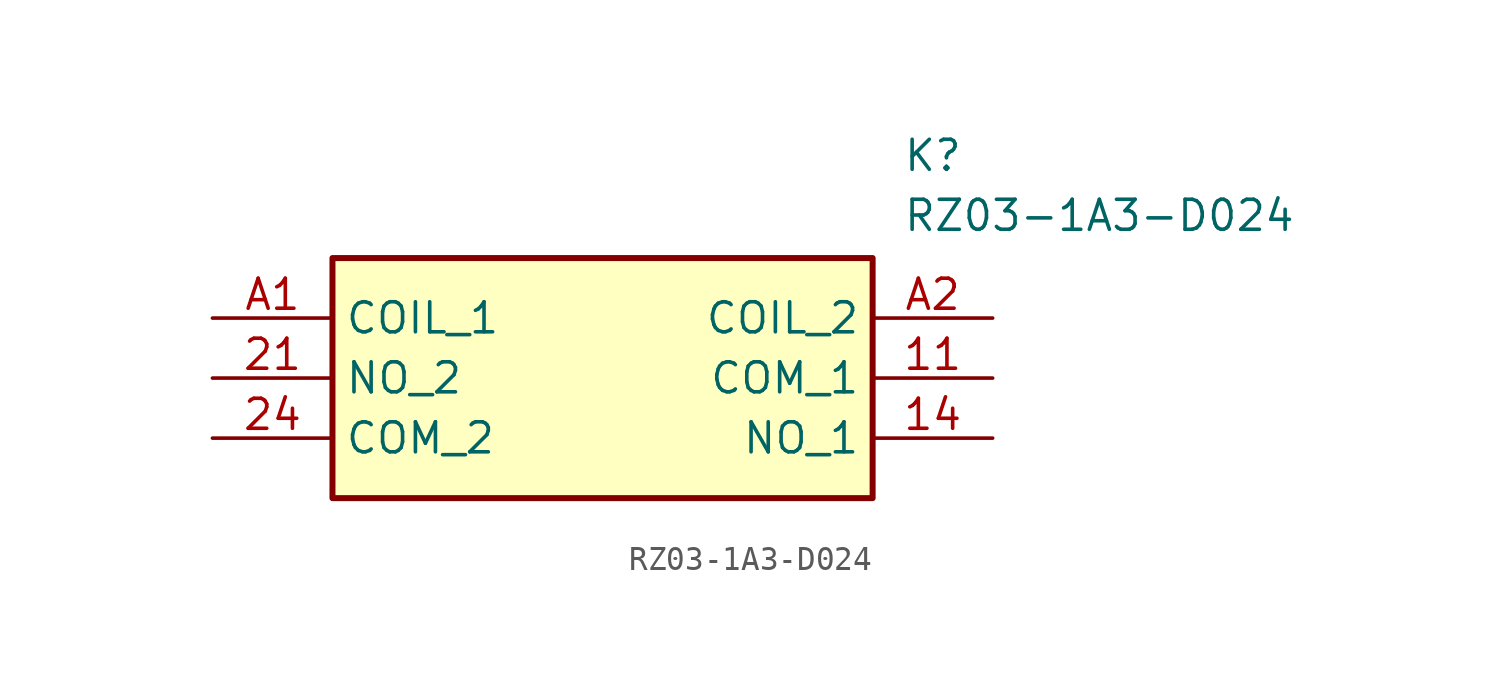
<source format=kicad_sym>
(kicad_symbol_lib
  (version 20211014)
  (generator SamacSys_ECAD_Model)
  (symbol "RZ03-1A3-D024"
    (property "Reference" "K"
      (at 29.21 7.62 0)
      (effects (font (size 1.27 1.27)) (justify left top)))
    (property "Value" "RZ03-1A3-D024"
      (at 29.21 5.08 0)
      (effects (font (size 1.27 1.27)) (justify left top)))
    (rectangle
      (start 5.08 2.54)
      (end 27.94 -7.62)
      (stroke (width 0.254) (type default))
      (fill (type background)))
    (pin passive line
      (at 33.02 -2.54 180)
      (length 5.08)
      (name "COM_1" (effects (font (size 1.27 1.27))))
      (number "11" (effects (font (size 1.27 1.27)))))
    (pin passive line
      (at 33.02 -5.08 180)
      (length 5.08)
      (name "NO_1" (effects (font (size 1.27 1.27))))
      (number "14" (effects (font (size 1.27 1.27)))))
    (pin passive line
      (at 0 -2.54 0)
      (length 5.08)
      (name "NO_2" (effects (font (size 1.27 1.27))))
      (number "21" (effects (font (size 1.27 1.27)))))
    (pin passive line
      (at 0 -5.08 0)
      (length 5.08)
      (name "COM_2" (effects (font (size 1.27 1.27))))
      (number "24" (effects (font (size 1.27 1.27)))))
    (pin passive line
      (at 0 0 0)
      (length 5.08)
      (name "COIL_1" (effects (font (size 1.27 1.27))))
      (number "A1" (effects (font (size 1.27 1.27)))))
    (pin passive line
      (at 33.02 0 180)
      (length 5.08)
      (name "COIL_2" (effects (font (size 1.27 1.27))))
      (number "A2" (effects (font (size 1.27 1.27)))))))
</source>
